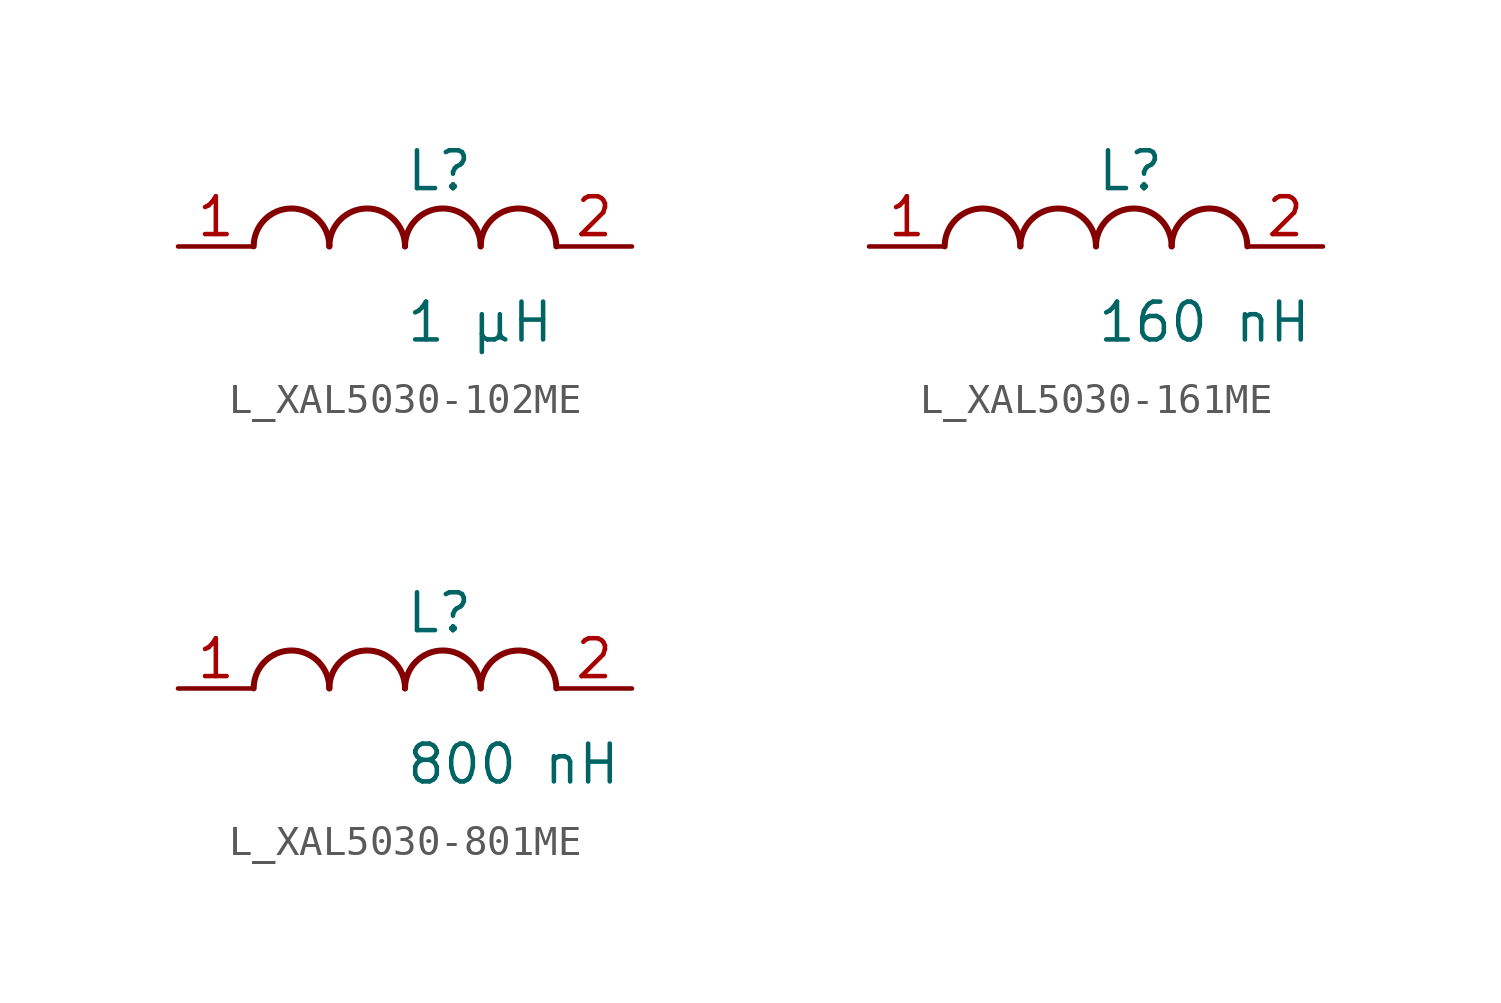
<source format=kicad_sym>
(kicad_symbol_lib
  (version 20231120)
  (generator kicad_symbol_editor)
  (generator_version 8.0)
  (symbol "L_XAL5030-102ME"
    (pin_names
      (offset 0.254))
    (property "Reference" "L"
      (at 0 2.54 0)
      (effects (font (size 1.27 1.27)) (justify left)))
    (property "Value" "1 µH"
      (at 0 -2.54 0)
      (effects (font (size 1.27 1.27)) (justify left)))
    (symbol "L_XAL5030-102ME_1_1"
      (arc (start -2.54 0.0056) (mid -3.81 1.27) (end -5.08 0.0056) (stroke (width 0.2032) (type default)) (fill (type none)))
      (arc (start 0 0.0056) (mid -1.27 1.27) (end -2.54 0.0056) (stroke (width 0.2032) (type default)) (fill (type none)))
      (arc (start 2.54 0.0056) (mid 1.27 1.27) (end 0 0.0056) (stroke (width 0.2032) (type default)) (fill (type none)))
      (arc (start 5.08 0.0056) (mid 3.81 1.27) (end 2.54 0.0056) (stroke (width 0.2032) (type default)) (fill (type none)))
      (pin unspecified line (at -7.62 0 0) (length 2.54) (name "" (effects (font (size 1.27 1.27)))) (number "1" (effects (font (size 1.27 1.27)))))
      (pin unspecified line (at 7.62 0 180) (length 2.54) (name "" (effects (font (size 1.27 1.27)))) (number "2" (effects (font (size 1.27 1.27)))))))
  (symbol "L_XAL5030-161ME"
    (pin_names
      (offset 0.254))
    (property "Reference" "L"
      (at 0 2.54 0)
      (effects (font (size 1.27 1.27)) (justify left)))
    (property "Value" "160 nH"
      (at 0 -2.54 0)
      (effects (font (size 1.27 1.27)) (justify left)))
    (symbol "L_XAL5030-161ME_1_1"
      (arc (start -2.54 0.0056) (mid -3.81 1.27) (end -5.08 0.0056) (stroke (width 0.2032) (type default)) (fill (type none)))
      (arc (start 0 0.0056) (mid -1.27 1.27) (end -2.54 0.0056) (stroke (width 0.2032) (type default)) (fill (type none)))
      (arc (start 2.54 0.0056) (mid 1.27 1.27) (end 0 0.0056) (stroke (width 0.2032) (type default)) (fill (type none)))
      (arc (start 5.08 0.0056) (mid 3.81 1.27) (end 2.54 0.0056) (stroke (width 0.2032) (type default)) (fill (type none)))
      (pin unspecified line (at -7.62 0 0) (length 2.54) (name "" (effects (font (size 1.27 1.27)))) (number "1" (effects (font (size 1.27 1.27)))))
      (pin unspecified line (at 7.62 0 180) (length 2.54) (name "" (effects (font (size 1.27 1.27)))) (number "2" (effects (font (size 1.27 1.27)))))))
  (symbol "L_XAL5030-801ME"
    (pin_names
      (offset 0.254))
    (property "Reference" "L"
      (at 0 2.54 0)
      (effects (font (size 1.27 1.27)) (justify left)))
    (property "Value" "800 nH"
      (at 0 -2.54 0)
      (effects (font (size 1.27 1.27)) (justify left)))
    (symbol "L_XAL5030-801ME_1_1"
      (arc (start -2.54 0.0056) (mid -3.81 1.27) (end -5.08 0.0056) (stroke (width 0.2032) (type default)) (fill (type none)))
      (arc (start 0 0.0056) (mid -1.27 1.27) (end -2.54 0.0056) (stroke (width 0.2032) (type default)) (fill (type none)))
      (arc (start 2.54 0.0056) (mid 1.27 1.27) (end 0 0.0056) (stroke (width 0.2032) (type default)) (fill (type none)))
      (arc (start 5.08 0.0056) (mid 3.81 1.27) (end 2.54 0.0056) (stroke (width 0.2032) (type default)) (fill (type none)))
      (pin unspecified line (at -7.62 0 0) (length 2.54) (name "" (effects (font (size 1.27 1.27)))) (number "1" (effects (font (size 1.27 1.27)))))
      (pin unspecified line (at 7.62 0 180) (length 2.54) (name "" (effects (font (size 1.27 1.27)))) (number "2" (effects (font (size 1.27 1.27))))))))
</source>
